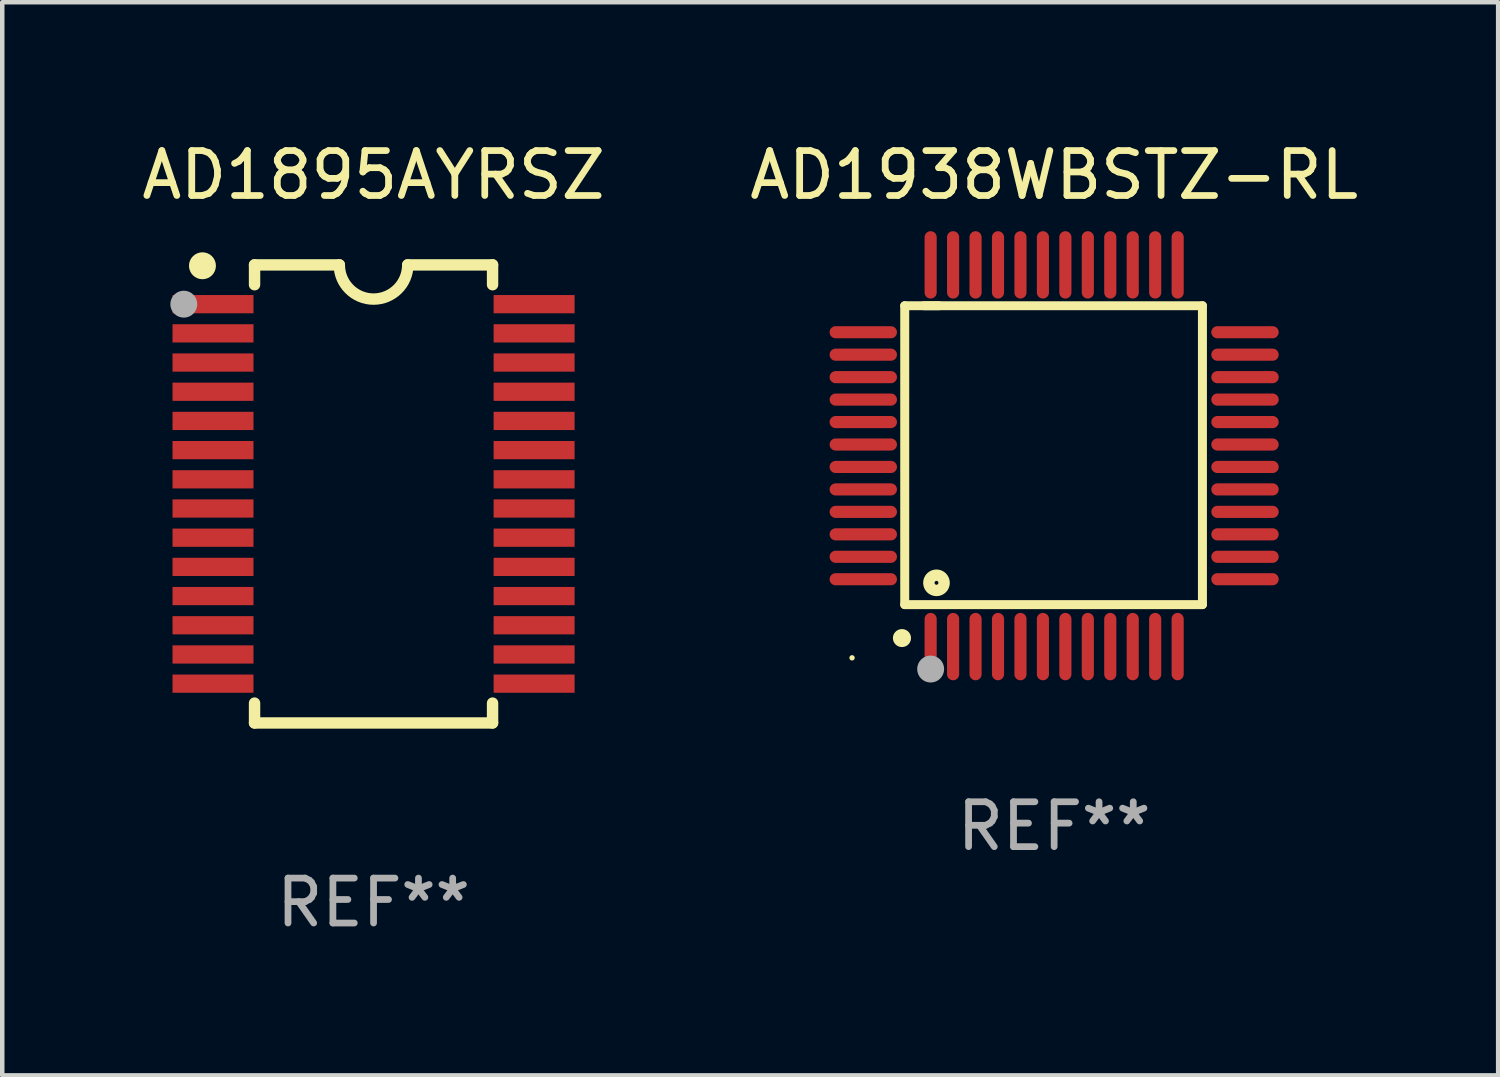
<source format=kicad_pcb>
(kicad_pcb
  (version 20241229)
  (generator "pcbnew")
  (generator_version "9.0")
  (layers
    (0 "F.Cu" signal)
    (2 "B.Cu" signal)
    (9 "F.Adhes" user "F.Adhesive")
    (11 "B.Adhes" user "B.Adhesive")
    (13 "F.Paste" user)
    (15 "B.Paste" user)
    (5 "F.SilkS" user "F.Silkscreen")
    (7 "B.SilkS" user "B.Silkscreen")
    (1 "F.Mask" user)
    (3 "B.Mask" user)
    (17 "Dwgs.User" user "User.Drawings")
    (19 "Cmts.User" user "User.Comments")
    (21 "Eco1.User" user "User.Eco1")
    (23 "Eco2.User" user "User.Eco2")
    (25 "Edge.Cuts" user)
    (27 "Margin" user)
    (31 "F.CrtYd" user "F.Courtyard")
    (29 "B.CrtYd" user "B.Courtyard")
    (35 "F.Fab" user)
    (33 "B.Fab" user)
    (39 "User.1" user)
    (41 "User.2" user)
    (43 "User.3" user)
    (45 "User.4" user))
  (footprint "AD1895AYRSZ"
    (layer "F.Cu")
    (at 5.268 7.948)
    (property "Reference" "AD1895AYRSZ" (at 0 -7.1 0) (layer "F.SilkS") (effects (font (size 1 1) (thickness 0.15))))
    (attr through_hole)
    (fp_line (start -2.65 -5.1) (end -0.762 -5.1) (stroke (width 0.254) (type solid)) (layer "F.SilkS"))
    (fp_line (start -2.65 -4.658) (end -2.65 -5.1) (stroke (width 0.254) (type solid)) (layer "F.SilkS"))
    (fp_line (start -2.65 5.1) (end -2.65 4.658) (stroke (width 0.254) (type solid)) (layer "F.SilkS"))
    (fp_line (start -2.65 5.1) (end 2.65 5.1) (stroke (width 0.254) (type solid)) (layer "F.SilkS"))
    (fp_line (start 2.65 -5.1) (end 0.762 -5.1) (stroke (width 0.254) (type solid)) (layer "F.SilkS"))
    (fp_line (start 2.65 -5.1) (end 2.65 -4.658) (stroke (width 0.254) (type solid)) (layer "F.SilkS"))
    (fp_line (start 2.65 4.658) (end 2.65 5.1) (stroke (width 0.254) (type solid)) (layer "F.SilkS"))
    (fp_arc (start 0.761925 -5.1) (mid -0.000241 -4.338329) (end -0.762077 -5.10033) (stroke (width 0.254001) (type solid)) (layer "F.SilkS"))
    (fp_circle (center -3.858 -5.07) (end -3.828 -5.07) (stroke (width 0.06) (type solid)) (fill no) (layer "F.SilkS"))
    (fp_circle (center -3.81 -5.08) (end -3.66 -5.08) (stroke (width 0.3) (type solid)) (fill no) (layer "F.SilkS"))
    (fp_circle (center -4.225 -4.225) (end -4.075 -4.225) (stroke (width 0.3) (type solid)) (fill no) (layer "F.Fab"))
    (fp_text user "REF**" (at 0 9.1 0) (layer "F.Fab") (effects (font (size 1 1) (thickness 0.15))))
    (pad "1" smd rect (at -3.575 -4.225) (size 1.803 0.406) (layers "F.Cu" "F.Mask" "F.Paste"))
    (pad "2" smd rect (at -3.575 -3.575) (size 1.803 0.406) (layers "F.Cu" "F.Mask" "F.Paste"))
    (pad "3" smd rect (at -3.575 -2.925) (size 1.803 0.406) (layers "F.Cu" "F.Mask" "F.Paste"))
    (pad "4" smd rect (at -3.575 -2.275) (size 1.803 0.406) (layers "F.Cu" "F.Mask" "F.Paste"))
    (pad "5" smd rect (at -3.575 -1.625) (size 1.803 0.406) (layers "F.Cu" "F.Mask" "F.Paste"))
    (pad "6" smd rect (at -3.575 -0.975) (size 1.803 0.406) (layers "F.Cu" "F.Mask" "F.Paste"))
    (pad "7" smd rect (at -3.575 -0.325) (size 1.803 0.406) (layers "F.Cu" "F.Mask" "F.Paste"))
    (pad "8" smd rect (at -3.575 0.325) (size 1.803 0.406) (layers "F.Cu" "F.Mask" "F.Paste"))
    (pad "9" smd rect (at -3.575 0.975) (size 1.803 0.406) (layers "F.Cu" "F.Mask" "F.Paste"))
    (pad "10" smd rect (at -3.575 1.625) (size 1.803 0.406) (layers "F.Cu" "F.Mask" "F.Paste"))
    (pad "11" smd rect (at -3.575 2.275) (size 1.803 0.406) (layers "F.Cu" "F.Mask" "F.Paste"))
    (pad "12" smd rect (at -3.575 2.925) (size 1.803 0.406) (layers "F.Cu" "F.Mask" "F.Paste"))
    (pad "13" smd rect (at -3.575 3.575) (size 1.803 0.406) (layers "F.Cu" "F.Mask" "F.Paste"))
    (pad "14" smd rect (at -3.575 4.225) (size 1.803 0.406) (layers "F.Cu" "F.Mask" "F.Paste"))
    (pad "15" smd rect (at 3.575 4.225) (size 1.803 0.406) (layers "F.Cu" "F.Mask" "F.Paste"))
    (pad "16" smd rect (at 3.575 3.575) (size 1.803 0.406) (layers "F.Cu" "F.Mask" "F.Paste"))
    (pad "17" smd rect (at 3.575 2.925) (size 1.803 0.406) (layers "F.Cu" "F.Mask" "F.Paste"))
    (pad "18" smd rect (at 3.575 2.275) (size 1.803 0.406) (layers "F.Cu" "F.Mask" "F.Paste"))
    (pad "19" smd rect (at 3.575 1.625) (size 1.803 0.406) (layers "F.Cu" "F.Mask" "F.Paste"))
    (pad "20" smd rect (at 3.575 0.975) (size 1.803 0.406) (layers "F.Cu" "F.Mask" "F.Paste"))
    (pad "21" smd rect (at 3.575 0.325) (size 1.803 0.406) (layers "F.Cu" "F.Mask" "F.Paste"))
    (pad "22" smd rect (at 3.575 -0.325) (size 1.803 0.406) (layers "F.Cu" "F.Mask" "F.Paste"))
    (pad "23" smd rect (at 3.575 -0.975) (size 1.803 0.406) (layers "F.Cu" "F.Mask" "F.Paste"))
    (pad "24" smd rect (at 3.575 -1.625) (size 1.803 0.406) (layers "F.Cu" "F.Mask" "F.Paste"))
    (pad "25" smd rect (at 3.575 -2.275) (size 1.803 0.406) (layers "F.Cu" "F.Mask" "F.Paste"))
    (pad "26" smd rect (at 3.575 -2.925) (size 1.803 0.406) (layers "F.Cu" "F.Mask" "F.Paste"))
    (pad "27" smd rect (at 3.575 -3.575) (size 1.803 0.406) (layers "F.Cu" "F.Mask" "F.Paste"))
    (pad "28" smd rect (at 3.575 -4.225) (size 1.803 0.406) (layers "F.Cu" "F.Mask" "F.Paste")))
  (footprint "AD1938WBSTZ-RL"
    (layer "F.Cu")
    (at 20.423 7.098)
    (property "Reference" "AD1938WBSTZ-RL" (at 0 -6.25 0) (layer "F.SilkS") (effects (font (size 1 1) (thickness 0.15))))
    (attr through_hole)
    (fp_line (start -3.327 -3.34) (end -2.565 -3.34) (stroke (width 0.2) (type solid)) (layer "F.SilkS"))
    (fp_line (start -3.327 3.315) (end -3.327 -3.34) (stroke (width 0.2) (type solid)) (layer "F.SilkS"))
    (fp_line (start -2.896 -3.34) (end 3.302 -3.34) (stroke (width 0.2) (type solid)) (layer "F.SilkS"))
    (fp_line (start 3.302 -3.34) (end 3.302 3.315) (stroke (width 0.2) (type solid)) (layer "F.SilkS"))
    (fp_line (start 3.302 3.315) (end -3.327 3.315) (stroke (width 0.2) (type solid)) (layer "F.SilkS"))
    (fp_arc (start -3.389992 4.059995) (mid -3.388722 4.059991) (end -3.387452 4.059995) (stroke (width 0.4) (type solid)) (layer "F.SilkS"))
    (fp_circle (center -4.5 4.5) (end -4.47 4.5) (stroke (width 0.06) (type solid)) (fill no) (layer "F.SilkS"))
    (fp_circle (center -2.62 2.83) (end -2.45 2.83) (stroke (width 0.254) (type solid)) (fill no) (layer "F.SilkS"))
    (fp_circle (center -2.75 4.75) (end -2.6 4.75) (stroke (width 0.3) (type solid)) (fill no) (layer "F.Fab"))
    (fp_text user "REF**" (at 0 8.25 0) (layer "F.Fab") (effects (font (size 1 1) (thickness 0.15))))
    (pad "1" smd oval (at -2.75 4.25) (size 0.27 1.5) (layers "F.Cu" "F.Mask" "F.Paste"))
    (pad "2" smd oval (at -2.25 4.25) (size 0.27 1.5) (layers "F.Cu" "F.Mask" "F.Paste"))
    (pad "3" smd oval (at -1.75 4.25) (size 0.27 1.5) (layers "F.Cu" "F.Mask" "F.Paste"))
    (pad "4" smd oval (at -1.25 4.25) (size 0.27 1.5) (layers "F.Cu" "F.Mask" "F.Paste"))
    (pad "5" smd oval (at -0.75 4.25) (size 0.27 1.5) (layers "F.Cu" "F.Mask" "F.Paste"))
    (pad "6" smd oval (at -0.25 4.25) (size 0.27 1.5) (layers "F.Cu" "F.Mask" "F.Paste"))
    (pad "7" smd oval (at 0.25 4.25) (size 0.27 1.5) (layers "F.Cu" "F.Mask" "F.Paste"))
    (pad "8" smd oval (at 0.75 4.25) (size 0.27 1.5) (layers "F.Cu" "F.Mask" "F.Paste"))
    (pad "9" smd oval (at 1.25 4.25) (size 0.27 1.5) (layers "F.Cu" "F.Mask" "F.Paste"))
    (pad "10" smd oval (at 1.75 4.25) (size 0.27 1.5) (layers "F.Cu" "F.Mask" "F.Paste"))
    (pad "11" smd oval (at 2.25 4.25) (size 0.27 1.5) (layers "F.Cu" "F.Mask" "F.Paste"))
    (pad "12" smd oval (at 2.75 4.25) (size 0.27 1.5) (layers "F.Cu" "F.Mask" "F.Paste"))
    (pad "13" smd oval (at 4.25 2.75) (size 1.5 0.27) (layers "F.Cu" "F.Mask" "F.Paste"))
    (pad "14" smd oval (at 4.25 2.25) (size 1.5 0.27) (layers "F.Cu" "F.Mask" "F.Paste"))
    (pad "15" smd oval (at 4.25 1.75) (size 1.5 0.27) (layers "F.Cu" "F.Mask" "F.Paste"))
    (pad "16" smd oval (at 4.25 1.25) (size 1.5 0.27) (layers "F.Cu" "F.Mask" "F.Paste"))
    (pad "17" smd oval (at 4.25 0.75) (size 1.5 0.27) (layers "F.Cu" "F.Mask" "F.Paste"))
    (pad "18" smd oval (at 4.25 0.25) (size 1.5 0.27) (layers "F.Cu" "F.Mask" "F.Paste"))
    (pad "19" smd oval (at 4.25 -0.25) (size 1.5 0.27) (layers "F.Cu" "F.Mask" "F.Paste"))
    (pad "20" smd oval (at 4.25 -0.75) (size 1.5 0.27) (layers "F.Cu" "F.Mask" "F.Paste"))
    (pad "21" smd oval (at 4.25 -1.25) (size 1.5 0.27) (layers "F.Cu" "F.Mask" "F.Paste"))
    (pad "22" smd oval (at 4.25 -1.75) (size 1.5 0.27) (layers "F.Cu" "F.Mask" "F.Paste"))
    (pad "23" smd oval (at 4.25 -2.25) (size 1.5 0.27) (layers "F.Cu" "F.Mask" "F.Paste"))
    (pad "24" smd oval (at 4.25 -2.75) (size 1.5 0.27) (layers "F.Cu" "F.Mask" "F.Paste"))
    (pad "25" smd oval (at 2.75 -4.25) (size 0.27 1.5) (layers "F.Cu" "F.Mask" "F.Paste"))
    (pad "26" smd oval (at 2.25 -4.25) (size 0.27 1.5) (layers "F.Cu" "F.Mask" "F.Paste"))
    (pad "27" smd oval (at 1.75 -4.25) (size 0.27 1.5) (layers "F.Cu" "F.Mask" "F.Paste"))
    (pad "28" smd oval (at 1.25 -4.25) (size 0.27 1.5) (layers "F.Cu" "F.Mask" "F.Paste"))
    (pad "29" smd oval (at 0.75 -4.25) (size 0.27 1.5) (layers "F.Cu" "F.Mask" "F.Paste"))
    (pad "30" smd oval (at 0.25 -4.25) (size 0.27 1.5) (layers "F.Cu" "F.Mask" "F.Paste"))
    (pad "31" smd oval (at -0.25 -4.25) (size 0.27 1.5) (layers "F.Cu" "F.Mask" "F.Paste"))
    (pad "32" smd oval (at -0.75 -4.25) (size 0.27 1.5) (layers "F.Cu" "F.Mask" "F.Paste"))
    (pad "33" smd oval (at -1.25 -4.25) (size 0.27 1.5) (layers "F.Cu" "F.Mask" "F.Paste"))
    (pad "34" smd oval (at -1.75 -4.25) (size 0.27 1.5) (layers "F.Cu" "F.Mask" "F.Paste"))
    (pad "35" smd oval (at -2.25 -4.25) (size 0.27 1.5) (layers "F.Cu" "F.Mask" "F.Paste"))
    (pad "36" smd oval (at -2.75 -4.25) (size 0.27 1.5) (layers "F.Cu" "F.Mask" "F.Paste"))
    (pad "37" smd oval (at -4.25 -2.75) (size 1.5 0.27) (layers "F.Cu" "F.Mask" "F.Paste"))
    (pad "38" smd oval (at -4.25 -2.25) (size 1.5 0.27) (layers "F.Cu" "F.Mask" "F.Paste"))
    (pad "39" smd oval (at -4.25 -1.75) (size 1.5 0.27) (layers "F.Cu" "F.Mask" "F.Paste"))
    (pad "40" smd oval (at -4.25 -1.25) (size 1.5 0.27) (layers "F.Cu" "F.Mask" "F.Paste"))
    (pad "41" smd oval (at -4.25 -0.75) (size 1.5 0.27) (layers "F.Cu" "F.Mask" "F.Paste"))
    (pad "42" smd oval (at -4.25 -0.25) (size 1.5 0.27) (layers "F.Cu" "F.Mask" "F.Paste"))
    (pad "43" smd oval (at -4.25 0.25) (size 1.5 0.27) (layers "F.Cu" "F.Mask" "F.Paste"))
    (pad "44" smd oval (at -4.25 0.75) (size 1.5 0.27) (layers "F.Cu" "F.Mask" "F.Paste"))
    (pad "45" smd oval (at -4.25 1.25) (size 1.5 0.27) (layers "F.Cu" "F.Mask" "F.Paste"))
    (pad "46" smd oval (at -4.25 1.75) (size 1.5 0.27) (layers "F.Cu" "F.Mask" "F.Paste"))
    (pad "47" smd oval (at -4.25 2.25) (size 1.5 0.27) (layers "F.Cu" "F.Mask" "F.Paste"))
    (pad "48" smd oval (at -4.25 2.75) (size 1.5 0.27) (layers "F.Cu" "F.Mask" "F.Paste")))
  (gr_rect
    (start -3 -3)
    (end 30.31 20.896)
    (stroke (width 0.1) (type default))
    (fill no)
    (layer "Edge.Cuts")))
</source>
